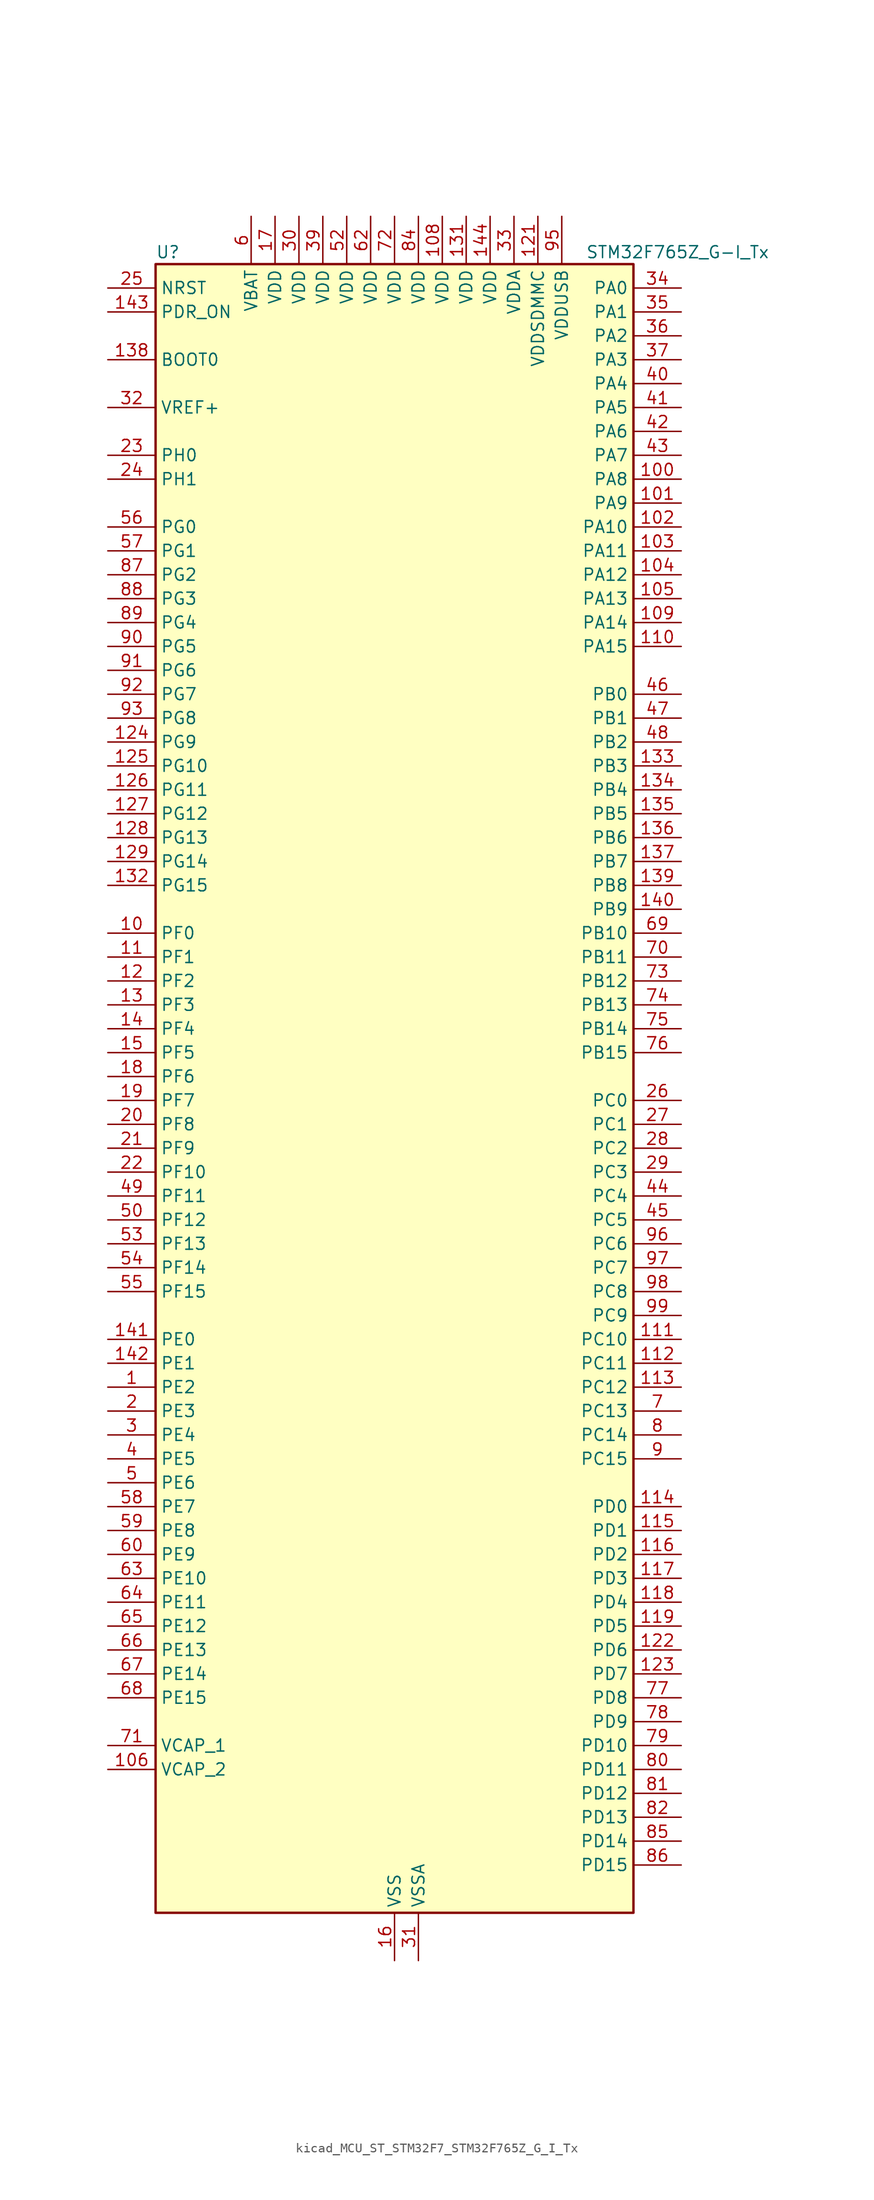
<source format=kicad_sym>
(kicad_symbol_lib
  (version 20220914)
  (generator kicad_symbol_editor)
  (symbol "kicad_MCU_ST_STM32F7_STM32F765Z_G_I_Tx"
    (property "Reference" "U"
      (at -25.4 90.17 0)
      (effects (font (size 1.27 1.27)) (justify left)))
    (property "Value" "STM32F765Z_G-I_Tx"
      (at 20.32 90.17 0)
      (effects (font (size 1.27 1.27)) (justify left)))
    (property "ki_locked" ""
      (at 0 0 0)
      (effects (font (size 1.27 1.27))))
    (symbol "kicad_MCU_ST_STM32F7_STM32F765Z_G_I_Tx_0_1"
      (rectangle (start -25.4 -86.36) (end 25.4 88.9) (stroke (width 0.254) (type default)) (fill (type background))))
    (symbol "kicad_MCU_ST_STM32F7_STM32F765Z_G_I_Tx_1_1"
      (pin bidirectional line (at -30.48 -30.48 0) (length 5.08) (name "PE2" (effects (font (size 1.27 1.27)))) (number "1" (effects (font (size 1.27 1.27)))) (alternate "ETH_TXD3" bidirectional line) (alternate "FMC_A23" bidirectional line) (alternate "QUADSPI_BK1_IO2" bidirectional line) (alternate "SAI1_MCLK_A" bidirectional line) (alternate "SPI4_SCK" bidirectional line) (alternate "SYS_TRACECLK" bidirectional line))
      (pin bidirectional line (at -30.48 17.78 0) (length 5.08) (name "PF0" (effects (font (size 1.27 1.27)))) (number "10" (effects (font (size 1.27 1.27)))) (alternate "FMC_A0" bidirectional line) (alternate "I2C2_SDA" bidirectional line))
      (pin bidirectional line (at 30.48 66.04 180) (length 5.08) (name "PA8" (effects (font (size 1.27 1.27)))) (number "100" (effects (font (size 1.27 1.27)))) (alternate "CAN3_RX" bidirectional line) (alternate "I2C3_SCL" bidirectional line) (alternate "RCC_MCO_1" bidirectional line) (alternate "TIM1_CH1" bidirectional line) (alternate "TIM8_BKIN2" bidirectional line) (alternate "UART7_RX" bidirectional line) (alternate "USART1_CK" bidirectional line) (alternate "USB_OTG_FS_SOF" bidirectional line))
      (pin bidirectional line (at 30.48 63.5 180) (length 5.08) (name "PA9" (effects (font (size 1.27 1.27)))) (number "101" (effects (font (size 1.27 1.27)))) (alternate "DAC_EXTI9" bidirectional line) (alternate "DCMI_D0" bidirectional line) (alternate "I2C3_SMBA" bidirectional line) (alternate "I2S2_CK" bidirectional line) (alternate "SPI2_SCK" bidirectional line) (alternate "TIM1_CH2" bidirectional line) (alternate "USART1_TX" bidirectional line) (alternate "USB_OTG_FS_VBUS" bidirectional line))
      (pin bidirectional line (at 30.48 60.96 180) (length 5.08) (name "PA10" (effects (font (size 1.27 1.27)))) (number "102" (effects (font (size 1.27 1.27)))) (alternate "DCMI_D1" bidirectional line) (alternate "MDIOS_MDIO" bidirectional line) (alternate "TIM1_CH3" bidirectional line) (alternate "USART1_RX" bidirectional line) (alternate "USB_OTG_FS_ID" bidirectional line))
      (pin bidirectional line (at 30.48 58.42 180) (length 5.08) (name "PA11" (effects (font (size 1.27 1.27)))) (number "103" (effects (font (size 1.27 1.27)))) (alternate "ADC1_EXTI11" bidirectional line) (alternate "ADC2_EXTI11" bidirectional line) (alternate "ADC3_EXTI11" bidirectional line) (alternate "CAN1_RX" bidirectional line) (alternate "I2S2_WS" bidirectional line) (alternate "SPI2_NSS" bidirectional line) (alternate "TIM1_CH4" bidirectional line) (alternate "UART4_RX" bidirectional line) (alternate "USART1_CTS" bidirectional line) (alternate "USB_OTG_FS_DM" bidirectional line))
      (pin bidirectional line (at 30.48 55.88 180) (length 5.08) (name "PA12" (effects (font (size 1.27 1.27)))) (number "104" (effects (font (size 1.27 1.27)))) (alternate "CAN1_TX" bidirectional line) (alternate "I2S2_CK" bidirectional line) (alternate "SAI2_FS_B" bidirectional line) (alternate "SPI2_SCK" bidirectional line) (alternate "TIM1_ETR" bidirectional line) (alternate "UART4_TX" bidirectional line) (alternate "USART1_DE" bidirectional line) (alternate "USART1_RTS" bidirectional line) (alternate "USB_OTG_FS_DP" bidirectional line))
      (pin bidirectional line (at 30.48 53.34 180) (length 5.08) (name "PA13" (effects (font (size 1.27 1.27)))) (number "105" (effects (font (size 1.27 1.27)))) (alternate "SYS_JTMS-SWDIO" bidirectional line))
      (pin power_out line (at -30.48 -71.12 0) (length 5.08) (name "VCAP_2" (effects (font (size 1.27 1.27)))) (number "106" (effects (font (size 1.27 1.27)))))
      (pin passive line (at 0 -91.44 90) (length 5.08) hide (name "VSS" (effects (font (size 1.27 1.27)))) (number "107" (effects (font (size 1.27 1.27)))))
      (pin power_in line (at 5.08 93.98 270) (length 5.08) (name "VDD" (effects (font (size 1.27 1.27)))) (number "108" (effects (font (size 1.27 1.27)))))
      (pin bidirectional line (at 30.48 50.8 180) (length 5.08) (name "PA14" (effects (font (size 1.27 1.27)))) (number "109" (effects (font (size 1.27 1.27)))) (alternate "SYS_JTCK-SWCLK" bidirectional line))
      (pin bidirectional line (at -30.48 15.24 0) (length 5.08) (name "PF1" (effects (font (size 1.27 1.27)))) (number "11" (effects (font (size 1.27 1.27)))) (alternate "FMC_A1" bidirectional line) (alternate "I2C2_SCL" bidirectional line))
      (pin bidirectional line (at 30.48 48.26 180) (length 5.08) (name "PA15" (effects (font (size 1.27 1.27)))) (number "110" (effects (font (size 1.27 1.27)))) (alternate "CAN3_TX" bidirectional line) (alternate "CEC" bidirectional line) (alternate "I2S1_WS" bidirectional line) (alternate "I2S3_WS" bidirectional line) (alternate "SPI1_NSS" bidirectional line) (alternate "SPI3_NSS" bidirectional line) (alternate "SPI6_NSS" bidirectional line) (alternate "SYS_JTDI" bidirectional line) (alternate "TIM2_CH1" bidirectional line) (alternate "TIM2_ETR" bidirectional line) (alternate "UART4_DE" bidirectional line) (alternate "UART4_RTS" bidirectional line) (alternate "UART7_TX" bidirectional line))
      (pin bidirectional line (at 30.48 -25.4 180) (length 5.08) (name "PC10" (effects (font (size 1.27 1.27)))) (number "111" (effects (font (size 1.27 1.27)))) (alternate "DCMI_D8" bidirectional line) (alternate "DFSDM1_CKIN5" bidirectional line) (alternate "I2S3_CK" bidirectional line) (alternate "QUADSPI_BK1_IO1" bidirectional line) (alternate "SDMMC1_D2" bidirectional line) (alternate "SPI3_SCK" bidirectional line) (alternate "UART4_TX" bidirectional line) (alternate "USART3_TX" bidirectional line))
      (pin bidirectional line (at 30.48 -27.94 180) (length 5.08) (name "PC11" (effects (font (size 1.27 1.27)))) (number "112" (effects (font (size 1.27 1.27)))) (alternate "ADC1_EXTI11" bidirectional line) (alternate "ADC2_EXTI11" bidirectional line) (alternate "ADC3_EXTI11" bidirectional line) (alternate "DCMI_D4" bidirectional line) (alternate "DFSDM1_DATIN5" bidirectional line) (alternate "QUADSPI_BK2_NCS" bidirectional line) (alternate "SDMMC1_D3" bidirectional line) (alternate "SPI3_MISO" bidirectional line) (alternate "UART4_RX" bidirectional line) (alternate "USART3_RX" bidirectional line))
      (pin bidirectional line (at 30.48 -30.48 180) (length 5.08) (name "PC12" (effects (font (size 1.27 1.27)))) (number "113" (effects (font (size 1.27 1.27)))) (alternate "DCMI_D9" bidirectional line) (alternate "I2S3_SD" bidirectional line) (alternate "SDMMC1_CK" bidirectional line) (alternate "SPI3_MOSI" bidirectional line) (alternate "SYS_TRACED3" bidirectional line) (alternate "UART5_TX" bidirectional line) (alternate "USART3_CK" bidirectional line))
      (pin bidirectional line (at 30.48 -43.18 180) (length 5.08) (name "PD0" (effects (font (size 1.27 1.27)))) (number "114" (effects (font (size 1.27 1.27)))) (alternate "CAN1_RX" bidirectional line) (alternate "DFSDM1_CKIN6" bidirectional line) (alternate "DFSDM1_DATIN7" bidirectional line) (alternate "FMC_D2" bidirectional line) (alternate "FMC_DA2" bidirectional line) (alternate "UART4_RX" bidirectional line))
      (pin bidirectional line (at 30.48 -45.72 180) (length 5.08) (name "PD1" (effects (font (size 1.27 1.27)))) (number "115" (effects (font (size 1.27 1.27)))) (alternate "CAN1_TX" bidirectional line) (alternate "DFSDM1_CKIN7" bidirectional line) (alternate "DFSDM1_DATIN6" bidirectional line) (alternate "FMC_D3" bidirectional line) (alternate "FMC_DA3" bidirectional line) (alternate "UART4_TX" bidirectional line))
      (pin bidirectional line (at 30.48 -48.26 180) (length 5.08) (name "PD2" (effects (font (size 1.27 1.27)))) (number "116" (effects (font (size 1.27 1.27)))) (alternate "DCMI_D11" bidirectional line) (alternate "SDMMC1_CMD" bidirectional line) (alternate "SYS_TRACED2" bidirectional line) (alternate "TIM3_ETR" bidirectional line) (alternate "UART5_RX" bidirectional line))
      (pin bidirectional line (at 30.48 -50.8 180) (length 5.08) (name "PD3" (effects (font (size 1.27 1.27)))) (number "117" (effects (font (size 1.27 1.27)))) (alternate "DCMI_D5" bidirectional line) (alternate "DFSDM1_CKOUT" bidirectional line) (alternate "DFSDM1_DATIN0" bidirectional line) (alternate "FMC_CLK" bidirectional line) (alternate "I2S2_CK" bidirectional line) (alternate "SPI2_SCK" bidirectional line) (alternate "USART2_CTS" bidirectional line))
      (pin bidirectional line (at 30.48 -53.34 180) (length 5.08) (name "PD4" (effects (font (size 1.27 1.27)))) (number "118" (effects (font (size 1.27 1.27)))) (alternate "DFSDM1_CKIN0" bidirectional line) (alternate "FMC_NOE" bidirectional line) (alternate "USART2_DE" bidirectional line) (alternate "USART2_RTS" bidirectional line))
      (pin bidirectional line (at 30.48 -55.88 180) (length 5.08) (name "PD5" (effects (font (size 1.27 1.27)))) (number "119" (effects (font (size 1.27 1.27)))) (alternate "FMC_NWE" bidirectional line) (alternate "USART2_TX" bidirectional line))
      (pin bidirectional line (at -30.48 12.7 0) (length 5.08) (name "PF2" (effects (font (size 1.27 1.27)))) (number "12" (effects (font (size 1.27 1.27)))) (alternate "FMC_A2" bidirectional line) (alternate "I2C2_SMBA" bidirectional line))
      (pin passive line (at 0 -91.44 90) (length 5.08) hide (name "VSS" (effects (font (size 1.27 1.27)))) (number "120" (effects (font (size 1.27 1.27)))))
      (pin power_in line (at 15.24 93.98 270) (length 5.08) (name "VDDSDMMC" (effects (font (size 1.27 1.27)))) (number "121" (effects (font (size 1.27 1.27)))))
      (pin bidirectional line (at 30.48 -58.42 180) (length 5.08) (name "PD6" (effects (font (size 1.27 1.27)))) (number "122" (effects (font (size 1.27 1.27)))) (alternate "DCMI_D10" bidirectional line) (alternate "DFSDM1_CKIN4" bidirectional line) (alternate "DFSDM1_DATIN1" bidirectional line) (alternate "FMC_NWAIT" bidirectional line) (alternate "I2S3_SD" bidirectional line) (alternate "SAI1_SD_A" bidirectional line) (alternate "SDMMC2_CK" bidirectional line) (alternate "SPI3_MOSI" bidirectional line) (alternate "USART2_RX" bidirectional line))
      (pin bidirectional line (at 30.48 -60.96 180) (length 5.08) (name "PD7" (effects (font (size 1.27 1.27)))) (number "123" (effects (font (size 1.27 1.27)))) (alternate "DFSDM1_CKIN1" bidirectional line) (alternate "DFSDM1_DATIN4" bidirectional line) (alternate "FMC_NE1" bidirectional line) (alternate "I2S1_SD" bidirectional line) (alternate "SDMMC2_CMD" bidirectional line) (alternate "SPDIFRX_IN0" bidirectional line) (alternate "SPI1_MOSI" bidirectional line) (alternate "USART2_CK" bidirectional line))
      (pin bidirectional line (at -30.48 38.1 0) (length 5.08) (name "PG9" (effects (font (size 1.27 1.27)))) (number "124" (effects (font (size 1.27 1.27)))) (alternate "DAC_EXTI9" bidirectional line) (alternate "DCMI_VSYNC" bidirectional line) (alternate "FMC_NCE" bidirectional line) (alternate "FMC_NE2" bidirectional line) (alternate "QUADSPI_BK2_IO2" bidirectional line) (alternate "SAI2_FS_B" bidirectional line) (alternate "SDMMC2_D0" bidirectional line) (alternate "SPDIFRX_IN3" bidirectional line) (alternate "SPI1_MISO" bidirectional line) (alternate "USART6_RX" bidirectional line))
      (pin bidirectional line (at -30.48 35.56 0) (length 5.08) (name "PG10" (effects (font (size 1.27 1.27)))) (number "125" (effects (font (size 1.27 1.27)))) (alternate "DCMI_D2" bidirectional line) (alternate "FMC_NE3" bidirectional line) (alternate "I2S1_WS" bidirectional line) (alternate "SAI2_SD_B" bidirectional line) (alternate "SDMMC2_D1" bidirectional line) (alternate "SPI1_NSS" bidirectional line))
      (pin bidirectional line (at -30.48 33.02 0) (length 5.08) (name "PG11" (effects (font (size 1.27 1.27)))) (number "126" (effects (font (size 1.27 1.27)))) (alternate "ADC1_EXTI11" bidirectional line) (alternate "ADC2_EXTI11" bidirectional line) (alternate "ADC3_EXTI11" bidirectional line) (alternate "DCMI_D3" bidirectional line) (alternate "ETH_TX_EN" bidirectional line) (alternate "I2S1_CK" bidirectional line) (alternate "SDMMC2_D2" bidirectional line) (alternate "SPDIFRX_IN0" bidirectional line) (alternate "SPI1_SCK" bidirectional line))
      (pin bidirectional line (at -30.48 30.48 0) (length 5.08) (name "PG12" (effects (font (size 1.27 1.27)))) (number "127" (effects (font (size 1.27 1.27)))) (alternate "FMC_NE4" bidirectional line) (alternate "LPTIM1_IN1" bidirectional line) (alternate "SDMMC2_D3" bidirectional line) (alternate "SPDIFRX_IN1" bidirectional line) (alternate "SPI6_MISO" bidirectional line) (alternate "USART6_DE" bidirectional line) (alternate "USART6_RTS" bidirectional line))
      (pin bidirectional line (at -30.48 27.94 0) (length 5.08) (name "PG13" (effects (font (size 1.27 1.27)))) (number "128" (effects (font (size 1.27 1.27)))) (alternate "ETH_TXD0" bidirectional line) (alternate "FMC_A24" bidirectional line) (alternate "LPTIM1_OUT" bidirectional line) (alternate "SPI6_SCK" bidirectional line) (alternate "SYS_TRACED0" bidirectional line) (alternate "USART6_CTS" bidirectional line))
      (pin bidirectional line (at -30.48 25.4 0) (length 5.08) (name "PG14" (effects (font (size 1.27 1.27)))) (number "129" (effects (font (size 1.27 1.27)))) (alternate "ETH_TXD1" bidirectional line) (alternate "FMC_A25" bidirectional line) (alternate "LPTIM1_ETR" bidirectional line) (alternate "QUADSPI_BK2_IO3" bidirectional line) (alternate "SPI6_MOSI" bidirectional line) (alternate "SYS_TRACED1" bidirectional line) (alternate "USART6_TX" bidirectional line))
      (pin bidirectional line (at -30.48 10.16 0) (length 5.08) (name "PF3" (effects (font (size 1.27 1.27)))) (number "13" (effects (font (size 1.27 1.27)))) (alternate "ADC3_IN9" bidirectional line) (alternate "FMC_A3" bidirectional line))
      (pin passive line (at 0 -91.44 90) (length 5.08) hide (name "VSS" (effects (font (size 1.27 1.27)))) (number "130" (effects (font (size 1.27 1.27)))))
      (pin power_in line (at 7.62 93.98 270) (length 5.08) (name "VDD" (effects (font (size 1.27 1.27)))) (number "131" (effects (font (size 1.27 1.27)))))
      (pin bidirectional line (at -30.48 22.86 0) (length 5.08) (name "PG15" (effects (font (size 1.27 1.27)))) (number "132" (effects (font (size 1.27 1.27)))) (alternate "DCMI_D13" bidirectional line) (alternate "FMC_SDNCAS" bidirectional line) (alternate "USART6_CTS" bidirectional line))
      (pin bidirectional line (at 30.48 35.56 180) (length 5.08) (name "PB3" (effects (font (size 1.27 1.27)))) (number "133" (effects (font (size 1.27 1.27)))) (alternate "CAN3_RX" bidirectional line) (alternate "I2S1_CK" bidirectional line) (alternate "I2S3_CK" bidirectional line) (alternate "SDMMC2_D2" bidirectional line) (alternate "SPI1_SCK" bidirectional line) (alternate "SPI3_SCK" bidirectional line) (alternate "SPI6_SCK" bidirectional line) (alternate "SYS_JTDO-SWO" bidirectional line) (alternate "TIM2_CH2" bidirectional line) (alternate "UART7_RX" bidirectional line))
      (pin bidirectional line (at 30.48 33.02 180) (length 5.08) (name "PB4" (effects (font (size 1.27 1.27)))) (number "134" (effects (font (size 1.27 1.27)))) (alternate "CAN3_TX" bidirectional line) (alternate "I2S2_WS" bidirectional line) (alternate "SDMMC2_D3" bidirectional line) (alternate "SPI1_MISO" bidirectional line) (alternate "SPI2_NSS" bidirectional line) (alternate "SPI3_MISO" bidirectional line) (alternate "SPI6_MISO" bidirectional line) (alternate "SYS_JTRST" bidirectional line) (alternate "TIM3_CH1" bidirectional line) (alternate "UART7_TX" bidirectional line))
      (pin bidirectional line (at 30.48 30.48 180) (length 5.08) (name "PB5" (effects (font (size 1.27 1.27)))) (number "135" (effects (font (size 1.27 1.27)))) (alternate "CAN2_RX" bidirectional line) (alternate "DCMI_D10" bidirectional line) (alternate "ETH_PPS_OUT" bidirectional line) (alternate "FMC_SDCKE1" bidirectional line) (alternate "I2C1_SMBA" bidirectional line) (alternate "I2S1_SD" bidirectional line) (alternate "I2S3_SD" bidirectional line) (alternate "SPI1_MOSI" bidirectional line) (alternate "SPI3_MOSI" bidirectional line) (alternate "SPI6_MOSI" bidirectional line) (alternate "TIM3_CH2" bidirectional line) (alternate "UART5_RX" bidirectional line) (alternate "USB_OTG_HS_ULPI_D7" bidirectional line))
      (pin bidirectional line (at 30.48 27.94 180) (length 5.08) (name "PB6" (effects (font (size 1.27 1.27)))) (number "136" (effects (font (size 1.27 1.27)))) (alternate "CAN2_TX" bidirectional line) (alternate "CEC" bidirectional line) (alternate "DCMI_D5" bidirectional line) (alternate "DFSDM1_DATIN5" bidirectional line) (alternate "FMC_SDNE1" bidirectional line) (alternate "I2C1_SCL" bidirectional line) (alternate "I2C4_SCL" bidirectional line) (alternate "QUADSPI_BK1_NCS" bidirectional line) (alternate "TIM4_CH1" bidirectional line) (alternate "UART5_TX" bidirectional line) (alternate "USART1_TX" bidirectional line))
      (pin bidirectional line (at 30.48 25.4 180) (length 5.08) (name "PB7" (effects (font (size 1.27 1.27)))) (number "137" (effects (font (size 1.27 1.27)))) (alternate "DCMI_VSYNC" bidirectional line) (alternate "DFSDM1_CKIN5" bidirectional line) (alternate "FMC_NL" bidirectional line) (alternate "I2C1_SDA" bidirectional line) (alternate "I2C4_SDA" bidirectional line) (alternate "TIM4_CH2" bidirectional line) (alternate "USART1_RX" bidirectional line))
      (pin input line (at -30.48 78.74 0) (length 5.08) (name "BOOT0" (effects (font (size 1.27 1.27)))) (number "138" (effects (font (size 1.27 1.27)))))
      (pin bidirectional line (at 30.48 22.86 180) (length 5.08) (name "PB8" (effects (font (size 1.27 1.27)))) (number "139" (effects (font (size 1.27 1.27)))) (alternate "CAN1_RX" bidirectional line) (alternate "DCMI_D6" bidirectional line) (alternate "DFSDM1_CKIN7" bidirectional line) (alternate "ETH_TXD3" bidirectional line) (alternate "I2C1_SCL" bidirectional line) (alternate "I2C4_SCL" bidirectional line) (alternate "SDMMC1_D4" bidirectional line) (alternate "SDMMC2_D4" bidirectional line) (alternate "TIM10_CH1" bidirectional line) (alternate "TIM4_CH3" bidirectional line) (alternate "UART5_RX" bidirectional line))
      (pin bidirectional line (at -30.48 7.62 0) (length 5.08) (name "PF4" (effects (font (size 1.27 1.27)))) (number "14" (effects (font (size 1.27 1.27)))) (alternate "ADC3_IN14" bidirectional line) (alternate "FMC_A4" bidirectional line))
      (pin bidirectional line (at 30.48 20.32 180) (length 5.08) (name "PB9" (effects (font (size 1.27 1.27)))) (number "140" (effects (font (size 1.27 1.27)))) (alternate "CAN1_TX" bidirectional line) (alternate "DAC_EXTI9" bidirectional line) (alternate "DCMI_D7" bidirectional line) (alternate "DFSDM1_DATIN7" bidirectional line) (alternate "I2C1_SDA" bidirectional line) (alternate "I2C4_SDA" bidirectional line) (alternate "I2C4_SMBA" bidirectional line) (alternate "I2S2_WS" bidirectional line) (alternate "SDMMC1_D5" bidirectional line) (alternate "SDMMC2_D5" bidirectional line) (alternate "SPI2_NSS" bidirectional line) (alternate "TIM11_CH1" bidirectional line) (alternate "TIM4_CH4" bidirectional line) (alternate "UART5_TX" bidirectional line))
      (pin bidirectional line (at -30.48 -25.4 0) (length 5.08) (name "PE0" (effects (font (size 1.27 1.27)))) (number "141" (effects (font (size 1.27 1.27)))) (alternate "DCMI_D2" bidirectional line) (alternate "FMC_NBL0" bidirectional line) (alternate "LPTIM1_ETR" bidirectional line) (alternate "SAI2_MCLK_A" bidirectional line) (alternate "TIM4_ETR" bidirectional line) (alternate "UART8_RX" bidirectional line))
      (pin bidirectional line (at -30.48 -27.94 0) (length 5.08) (name "PE1" (effects (font (size 1.27 1.27)))) (number "142" (effects (font (size 1.27 1.27)))) (alternate "DCMI_D3" bidirectional line) (alternate "FMC_NBL1" bidirectional line) (alternate "LPTIM1_IN2" bidirectional line) (alternate "UART8_TX" bidirectional line))
      (pin input line (at -30.48 83.82 0) (length 5.08) (name "PDR_ON" (effects (font (size 1.27 1.27)))) (number "143" (effects (font (size 1.27 1.27)))))
      (pin power_in line (at 10.16 93.98 270) (length 5.08) (name "VDD" (effects (font (size 1.27 1.27)))) (number "144" (effects (font (size 1.27 1.27)))))
      (pin bidirectional line (at -30.48 5.08 0) (length 5.08) (name "PF5" (effects (font (size 1.27 1.27)))) (number "15" (effects (font (size 1.27 1.27)))) (alternate "ADC3_IN15" bidirectional line) (alternate "FMC_A5" bidirectional line))
      (pin power_in line (at 0 -91.44 90) (length 5.08) (name "VSS" (effects (font (size 1.27 1.27)))) (number "16" (effects (font (size 1.27 1.27)))))
      (pin power_in line (at -12.7 93.98 270) (length 5.08) (name "VDD" (effects (font (size 1.27 1.27)))) (number "17" (effects (font (size 1.27 1.27)))))
      (pin bidirectional line (at -30.48 2.54 0) (length 5.08) (name "PF6" (effects (font (size 1.27 1.27)))) (number "18" (effects (font (size 1.27 1.27)))) (alternate "ADC3_IN4" bidirectional line) (alternate "QUADSPI_BK1_IO3" bidirectional line) (alternate "SAI1_SD_B" bidirectional line) (alternate "SPI5_NSS" bidirectional line) (alternate "TIM10_CH1" bidirectional line) (alternate "UART7_RX" bidirectional line))
      (pin bidirectional line (at -30.48 0 0) (length 5.08) (name "PF7" (effects (font (size 1.27 1.27)))) (number "19" (effects (font (size 1.27 1.27)))) (alternate "ADC3_IN5" bidirectional line) (alternate "QUADSPI_BK1_IO2" bidirectional line) (alternate "SAI1_MCLK_B" bidirectional line) (alternate "SPI5_SCK" bidirectional line) (alternate "TIM11_CH1" bidirectional line) (alternate "UART7_TX" bidirectional line))
      (pin bidirectional line (at -30.48 -33.02 0) (length 5.08) (name "PE3" (effects (font (size 1.27 1.27)))) (number "2" (effects (font (size 1.27 1.27)))) (alternate "FMC_A19" bidirectional line) (alternate "SAI1_SD_B" bidirectional line) (alternate "SYS_TRACED0" bidirectional line))
      (pin bidirectional line (at -30.48 -2.54 0) (length 5.08) (name "PF8" (effects (font (size 1.27 1.27)))) (number "20" (effects (font (size 1.27 1.27)))) (alternate "ADC3_IN6" bidirectional line) (alternate "QUADSPI_BK1_IO0" bidirectional line) (alternate "SAI1_SCK_B" bidirectional line) (alternate "SPI5_MISO" bidirectional line) (alternate "TIM13_CH1" bidirectional line) (alternate "UART7_DE" bidirectional line) (alternate "UART7_RTS" bidirectional line))
      (pin bidirectional line (at -30.48 -5.08 0) (length 5.08) (name "PF9" (effects (font (size 1.27 1.27)))) (number "21" (effects (font (size 1.27 1.27)))) (alternate "ADC3_IN7" bidirectional line) (alternate "DAC_EXTI9" bidirectional line) (alternate "QUADSPI_BK1_IO1" bidirectional line) (alternate "SAI1_FS_B" bidirectional line) (alternate "SPI5_MOSI" bidirectional line) (alternate "TIM14_CH1" bidirectional line) (alternate "UART7_CTS" bidirectional line))
      (pin bidirectional line (at -30.48 -7.62 0) (length 5.08) (name "PF10" (effects (font (size 1.27 1.27)))) (number "22" (effects (font (size 1.27 1.27)))) (alternate "ADC3_IN8" bidirectional line) (alternate "DCMI_D11" bidirectional line) (alternate "QUADSPI_CLK" bidirectional line))
      (pin bidirectional line (at -30.48 68.58 0) (length 5.08) (name "PH0" (effects (font (size 1.27 1.27)))) (number "23" (effects (font (size 1.27 1.27)))) (alternate "RCC_OSC_IN" bidirectional line))
      (pin bidirectional line (at -30.48 66.04 0) (length 5.08) (name "PH1" (effects (font (size 1.27 1.27)))) (number "24" (effects (font (size 1.27 1.27)))) (alternate "RCC_OSC_OUT" bidirectional line))
      (pin input line (at -30.48 86.36 0) (length 5.08) (name "NRST" (effects (font (size 1.27 1.27)))) (number "25" (effects (font (size 1.27 1.27)))))
      (pin bidirectional line (at 30.48 0 180) (length 5.08) (name "PC0" (effects (font (size 1.27 1.27)))) (number "26" (effects (font (size 1.27 1.27)))) (alternate "ADC1_IN10" bidirectional line) (alternate "ADC2_IN10" bidirectional line) (alternate "ADC3_IN10" bidirectional line) (alternate "DFSDM1_CKIN0" bidirectional line) (alternate "DFSDM1_DATIN4" bidirectional line) (alternate "FMC_SDNWE" bidirectional line) (alternate "SAI2_FS_B" bidirectional line) (alternate "USB_OTG_HS_ULPI_STP" bidirectional line))
      (pin bidirectional line (at 30.48 -2.54 180) (length 5.08) (name "PC1" (effects (font (size 1.27 1.27)))) (number "27" (effects (font (size 1.27 1.27)))) (alternate "ADC1_IN11" bidirectional line) (alternate "ADC2_IN11" bidirectional line) (alternate "ADC3_IN11" bidirectional line) (alternate "DFSDM1_CKIN4" bidirectional line) (alternate "DFSDM1_DATIN0" bidirectional line) (alternate "ETH_MDC" bidirectional line) (alternate "I2S2_SD" bidirectional line) (alternate "MDIOS_MDC" bidirectional line) (alternate "RTC_TAMP3" bidirectional line) (alternate "RTC_TS" bidirectional line) (alternate "SAI1_SD_A" bidirectional line) (alternate "SPI2_MOSI" bidirectional line) (alternate "SYS_TRACED0" bidirectional line) (alternate "SYS_WKUP3" bidirectional line))
      (pin bidirectional line (at 30.48 -5.08 180) (length 5.08) (name "PC2" (effects (font (size 1.27 1.27)))) (number "28" (effects (font (size 1.27 1.27)))) (alternate "ADC1_IN12" bidirectional line) (alternate "ADC2_IN12" bidirectional line) (alternate "ADC3_IN12" bidirectional line) (alternate "DFSDM1_CKIN1" bidirectional line) (alternate "DFSDM1_CKOUT" bidirectional line) (alternate "ETH_TXD2" bidirectional line) (alternate "FMC_SDNE0" bidirectional line) (alternate "SPI2_MISO" bidirectional line) (alternate "USB_OTG_HS_ULPI_DIR" bidirectional line))
      (pin bidirectional line (at 30.48 -7.62 180) (length 5.08) (name "PC3" (effects (font (size 1.27 1.27)))) (number "29" (effects (font (size 1.27 1.27)))) (alternate "ADC1_IN13" bidirectional line) (alternate "ADC2_IN13" bidirectional line) (alternate "ADC3_IN13" bidirectional line) (alternate "DFSDM1_DATIN1" bidirectional line) (alternate "ETH_TX_CLK" bidirectional line) (alternate "FMC_SDCKE0" bidirectional line) (alternate "I2S2_SD" bidirectional line) (alternate "SPI2_MOSI" bidirectional line) (alternate "USB_OTG_HS_ULPI_NXT" bidirectional line))
      (pin bidirectional line (at -30.48 -35.56 0) (length 5.08) (name "PE4" (effects (font (size 1.27 1.27)))) (number "3" (effects (font (size 1.27 1.27)))) (alternate "DCMI_D4" bidirectional line) (alternate "DFSDM1_DATIN3" bidirectional line) (alternate "FMC_A20" bidirectional line) (alternate "SAI1_FS_A" bidirectional line) (alternate "SPI4_NSS" bidirectional line) (alternate "SYS_TRACED1" bidirectional line))
      (pin power_in line (at -10.16 93.98 270) (length 5.08) (name "VDD" (effects (font (size 1.27 1.27)))) (number "30" (effects (font (size 1.27 1.27)))))
      (pin power_in line (at 2.54 -91.44 90) (length 5.08) (name "VSSA" (effects (font (size 1.27 1.27)))) (number "31" (effects (font (size 1.27 1.27)))))
      (pin input line (at -30.48 73.66 0) (length 5.08) (name "VREF+" (effects (font (size 1.27 1.27)))) (number "32" (effects (font (size 1.27 1.27)))))
      (pin power_in line (at 12.7 93.98 270) (length 5.08) (name "VDDA" (effects (font (size 1.27 1.27)))) (number "33" (effects (font (size 1.27 1.27)))))
      (pin bidirectional line (at 30.48 86.36 180) (length 5.08) (name "PA0" (effects (font (size 1.27 1.27)))) (number "34" (effects (font (size 1.27 1.27)))) (alternate "ADC1_IN0" bidirectional line) (alternate "ADC2_IN0" bidirectional line) (alternate "ADC3_IN0" bidirectional line) (alternate "ETH_CRS" bidirectional line) (alternate "SAI2_SD_B" bidirectional line) (alternate "SYS_WKUP1" bidirectional line) (alternate "TIM2_CH1" bidirectional line) (alternate "TIM2_ETR" bidirectional line) (alternate "TIM5_CH1" bidirectional line) (alternate "TIM8_ETR" bidirectional line) (alternate "UART4_TX" bidirectional line) (alternate "USART2_CTS" bidirectional line))
      (pin bidirectional line (at 30.48 83.82 180) (length 5.08) (name "PA1" (effects (font (size 1.27 1.27)))) (number "35" (effects (font (size 1.27 1.27)))) (alternate "ADC1_IN1" bidirectional line) (alternate "ADC2_IN1" bidirectional line) (alternate "ADC3_IN1" bidirectional line) (alternate "ETH_REF_CLK" bidirectional line) (alternate "ETH_RX_CLK" bidirectional line) (alternate "QUADSPI_BK1_IO3" bidirectional line) (alternate "SAI2_MCLK_B" bidirectional line) (alternate "TIM2_CH2" bidirectional line) (alternate "TIM5_CH2" bidirectional line) (alternate "UART4_RX" bidirectional line) (alternate "USART2_DE" bidirectional line) (alternate "USART2_RTS" bidirectional line))
      (pin bidirectional line (at 30.48 81.28 180) (length 5.08) (name "PA2" (effects (font (size 1.27 1.27)))) (number "36" (effects (font (size 1.27 1.27)))) (alternate "ADC1_IN2" bidirectional line) (alternate "ADC2_IN2" bidirectional line) (alternate "ADC3_IN2" bidirectional line) (alternate "ETH_MDIO" bidirectional line) (alternate "MDIOS_MDIO" bidirectional line) (alternate "SAI2_SCK_B" bidirectional line) (alternate "SYS_WKUP2" bidirectional line) (alternate "TIM2_CH3" bidirectional line) (alternate "TIM5_CH3" bidirectional line) (alternate "TIM9_CH1" bidirectional line) (alternate "USART2_TX" bidirectional line))
      (pin bidirectional line (at 30.48 78.74 180) (length 5.08) (name "PA3" (effects (font (size 1.27 1.27)))) (number "37" (effects (font (size 1.27 1.27)))) (alternate "ADC1_IN3" bidirectional line) (alternate "ADC2_IN3" bidirectional line) (alternate "ADC3_IN3" bidirectional line) (alternate "ETH_COL" bidirectional line) (alternate "TIM2_CH4" bidirectional line) (alternate "TIM5_CH4" bidirectional line) (alternate "TIM9_CH2" bidirectional line) (alternate "USART2_RX" bidirectional line) (alternate "USB_OTG_HS_ULPI_D0" bidirectional line))
      (pin passive line (at 0 -91.44 90) (length 5.08) hide (name "VSS" (effects (font (size 1.27 1.27)))) (number "38" (effects (font (size 1.27 1.27)))))
      (pin power_in line (at -7.62 93.98 270) (length 5.08) (name "VDD" (effects (font (size 1.27 1.27)))) (number "39" (effects (font (size 1.27 1.27)))))
      (pin bidirectional line (at -30.48 -38.1 0) (length 5.08) (name "PE5" (effects (font (size 1.27 1.27)))) (number "4" (effects (font (size 1.27 1.27)))) (alternate "DCMI_D6" bidirectional line) (alternate "DFSDM1_CKIN3" bidirectional line) (alternate "FMC_A21" bidirectional line) (alternate "SAI1_SCK_A" bidirectional line) (alternate "SPI4_MISO" bidirectional line) (alternate "SYS_TRACED2" bidirectional line) (alternate "TIM9_CH1" bidirectional line))
      (pin bidirectional line (at 30.48 76.2 180) (length 5.08) (name "PA4" (effects (font (size 1.27 1.27)))) (number "40" (effects (font (size 1.27 1.27)))) (alternate "ADC1_IN4" bidirectional line) (alternate "ADC2_IN4" bidirectional line) (alternate "DAC_OUT1" bidirectional line) (alternate "DCMI_HSYNC" bidirectional line) (alternate "I2S1_WS" bidirectional line) (alternate "I2S3_WS" bidirectional line) (alternate "SPI1_NSS" bidirectional line) (alternate "SPI3_NSS" bidirectional line) (alternate "SPI6_NSS" bidirectional line) (alternate "USART2_CK" bidirectional line) (alternate "USB_OTG_HS_SOF" bidirectional line))
      (pin bidirectional line (at 30.48 73.66 180) (length 5.08) (name "PA5" (effects (font (size 1.27 1.27)))) (number "41" (effects (font (size 1.27 1.27)))) (alternate "ADC1_IN5" bidirectional line) (alternate "ADC2_IN5" bidirectional line) (alternate "DAC_OUT2" bidirectional line) (alternate "I2S1_CK" bidirectional line) (alternate "SPI1_SCK" bidirectional line) (alternate "SPI6_SCK" bidirectional line) (alternate "TIM2_CH1" bidirectional line) (alternate "TIM2_ETR" bidirectional line) (alternate "TIM8_CH1N" bidirectional line) (alternate "USB_OTG_HS_ULPI_CK" bidirectional line))
      (pin bidirectional line (at 30.48 71.12 180) (length 5.08) (name "PA6" (effects (font (size 1.27 1.27)))) (number "42" (effects (font (size 1.27 1.27)))) (alternate "ADC1_IN6" bidirectional line) (alternate "ADC2_IN6" bidirectional line) (alternate "DCMI_PIXCLK" bidirectional line) (alternate "MDIOS_MDC" bidirectional line) (alternate "SPI1_MISO" bidirectional line) (alternate "SPI6_MISO" bidirectional line) (alternate "TIM13_CH1" bidirectional line) (alternate "TIM1_BKIN" bidirectional line) (alternate "TIM3_CH1" bidirectional line) (alternate "TIM8_BKIN" bidirectional line))
      (pin bidirectional line (at 30.48 68.58 180) (length 5.08) (name "PA7" (effects (font (size 1.27 1.27)))) (number "43" (effects (font (size 1.27 1.27)))) (alternate "ADC1_IN7" bidirectional line) (alternate "ADC2_IN7" bidirectional line) (alternate "ETH_CRS_DV" bidirectional line) (alternate "ETH_RX_DV" bidirectional line) (alternate "FMC_SDNWE" bidirectional line) (alternate "I2S1_SD" bidirectional line) (alternate "SPI1_MOSI" bidirectional line) (alternate "SPI6_MOSI" bidirectional line) (alternate "TIM14_CH1" bidirectional line) (alternate "TIM1_CH1N" bidirectional line) (alternate "TIM3_CH2" bidirectional line) (alternate "TIM8_CH1N" bidirectional line))
      (pin bidirectional line (at 30.48 -10.16 180) (length 5.08) (name "PC4" (effects (font (size 1.27 1.27)))) (number "44" (effects (font (size 1.27 1.27)))) (alternate "ADC1_IN14" bidirectional line) (alternate "ADC2_IN14" bidirectional line) (alternate "DFSDM1_CKIN2" bidirectional line) (alternate "ETH_RXD0" bidirectional line) (alternate "FMC_SDNE0" bidirectional line) (alternate "I2S1_MCK" bidirectional line) (alternate "SPDIFRX_IN2" bidirectional line))
      (pin bidirectional line (at 30.48 -12.7 180) (length 5.08) (name "PC5" (effects (font (size 1.27 1.27)))) (number "45" (effects (font (size 1.27 1.27)))) (alternate "ADC1_IN15" bidirectional line) (alternate "ADC2_IN15" bidirectional line) (alternate "DFSDM1_DATIN2" bidirectional line) (alternate "ETH_RXD1" bidirectional line) (alternate "FMC_SDCKE0" bidirectional line) (alternate "SPDIFRX_IN3" bidirectional line))
      (pin bidirectional line (at 30.48 43.18 180) (length 5.08) (name "PB0" (effects (font (size 1.27 1.27)))) (number "46" (effects (font (size 1.27 1.27)))) (alternate "ADC1_IN8" bidirectional line) (alternate "ADC2_IN8" bidirectional line) (alternate "DFSDM1_CKOUT" bidirectional line) (alternate "ETH_RXD2" bidirectional line) (alternate "TIM1_CH2N" bidirectional line) (alternate "TIM3_CH3" bidirectional line) (alternate "TIM8_CH2N" bidirectional line) (alternate "UART4_CTS" bidirectional line) (alternate "USB_OTG_HS_ULPI_D1" bidirectional line))
      (pin bidirectional line (at 30.48 40.64 180) (length 5.08) (name "PB1" (effects (font (size 1.27 1.27)))) (number "47" (effects (font (size 1.27 1.27)))) (alternate "ADC1_IN9" bidirectional line) (alternate "ADC2_IN9" bidirectional line) (alternate "DFSDM1_DATIN1" bidirectional line) (alternate "ETH_RXD3" bidirectional line) (alternate "TIM1_CH3N" bidirectional line) (alternate "TIM3_CH4" bidirectional line) (alternate "TIM8_CH3N" bidirectional line) (alternate "USB_OTG_HS_ULPI_D2" bidirectional line))
      (pin bidirectional line (at 30.48 38.1 180) (length 5.08) (name "PB2" (effects (font (size 1.27 1.27)))) (number "48" (effects (font (size 1.27 1.27)))) (alternate "DFSDM1_CKIN1" bidirectional line) (alternate "I2S3_SD" bidirectional line) (alternate "QUADSPI_CLK" bidirectional line) (alternate "SAI1_SD_A" bidirectional line) (alternate "SPI3_MOSI" bidirectional line))
      (pin bidirectional line (at -30.48 -10.16 0) (length 5.08) (name "PF11" (effects (font (size 1.27 1.27)))) (number "49" (effects (font (size 1.27 1.27)))) (alternate "ADC1_EXTI11" bidirectional line) (alternate "ADC2_EXTI11" bidirectional line) (alternate "ADC3_EXTI11" bidirectional line) (alternate "DCMI_D12" bidirectional line) (alternate "FMC_SDNRAS" bidirectional line) (alternate "SAI2_SD_B" bidirectional line) (alternate "SPI5_MOSI" bidirectional line))
      (pin bidirectional line (at -30.48 -40.64 0) (length 5.08) (name "PE6" (effects (font (size 1.27 1.27)))) (number "5" (effects (font (size 1.27 1.27)))) (alternate "DCMI_D7" bidirectional line) (alternate "FMC_A22" bidirectional line) (alternate "SAI1_SD_A" bidirectional line) (alternate "SAI2_MCLK_B" bidirectional line) (alternate "SPI4_MOSI" bidirectional line) (alternate "SYS_TRACED3" bidirectional line) (alternate "TIM1_BKIN2" bidirectional line) (alternate "TIM9_CH2" bidirectional line))
      (pin bidirectional line (at -30.48 -12.7 0) (length 5.08) (name "PF12" (effects (font (size 1.27 1.27)))) (number "50" (effects (font (size 1.27 1.27)))) (alternate "FMC_A6" bidirectional line))
      (pin passive line (at 0 -91.44 90) (length 5.08) hide (name "VSS" (effects (font (size 1.27 1.27)))) (number "51" (effects (font (size 1.27 1.27)))))
      (pin power_in line (at -5.08 93.98 270) (length 5.08) (name "VDD" (effects (font (size 1.27 1.27)))) (number "52" (effects (font (size 1.27 1.27)))))
      (pin bidirectional line (at -30.48 -15.24 0) (length 5.08) (name "PF13" (effects (font (size 1.27 1.27)))) (number "53" (effects (font (size 1.27 1.27)))) (alternate "DFSDM1_DATIN6" bidirectional line) (alternate "FMC_A7" bidirectional line) (alternate "I2C4_SMBA" bidirectional line))
      (pin bidirectional line (at -30.48 -17.78 0) (length 5.08) (name "PF14" (effects (font (size 1.27 1.27)))) (number "54" (effects (font (size 1.27 1.27)))) (alternate "DFSDM1_CKIN6" bidirectional line) (alternate "FMC_A8" bidirectional line) (alternate "I2C4_SCL" bidirectional line))
      (pin bidirectional line (at -30.48 -20.32 0) (length 5.08) (name "PF15" (effects (font (size 1.27 1.27)))) (number "55" (effects (font (size 1.27 1.27)))) (alternate "FMC_A9" bidirectional line) (alternate "I2C4_SDA" bidirectional line))
      (pin bidirectional line (at -30.48 60.96 0) (length 5.08) (name "PG0" (effects (font (size 1.27 1.27)))) (number "56" (effects (font (size 1.27 1.27)))) (alternate "FMC_A10" bidirectional line))
      (pin bidirectional line (at -30.48 58.42 0) (length 5.08) (name "PG1" (effects (font (size 1.27 1.27)))) (number "57" (effects (font (size 1.27 1.27)))) (alternate "FMC_A11" bidirectional line))
      (pin bidirectional line (at -30.48 -43.18 0) (length 5.08) (name "PE7" (effects (font (size 1.27 1.27)))) (number "58" (effects (font (size 1.27 1.27)))) (alternate "DFSDM1_DATIN2" bidirectional line) (alternate "FMC_D4" bidirectional line) (alternate "FMC_DA4" bidirectional line) (alternate "QUADSPI_BK2_IO0" bidirectional line) (alternate "TIM1_ETR" bidirectional line) (alternate "UART7_RX" bidirectional line))
      (pin bidirectional line (at -30.48 -45.72 0) (length 5.08) (name "PE8" (effects (font (size 1.27 1.27)))) (number "59" (effects (font (size 1.27 1.27)))) (alternate "DFSDM1_CKIN2" bidirectional line) (alternate "FMC_D5" bidirectional line) (alternate "FMC_DA5" bidirectional line) (alternate "QUADSPI_BK2_IO1" bidirectional line) (alternate "TIM1_CH1N" bidirectional line) (alternate "UART7_TX" bidirectional line))
      (pin power_in line (at -15.24 93.98 270) (length 5.08) (name "VBAT" (effects (font (size 1.27 1.27)))) (number "6" (effects (font (size 1.27 1.27)))))
      (pin bidirectional line (at -30.48 -48.26 0) (length 5.08) (name "PE9" (effects (font (size 1.27 1.27)))) (number "60" (effects (font (size 1.27 1.27)))) (alternate "DAC_EXTI9" bidirectional line) (alternate "DFSDM1_CKOUT" bidirectional line) (alternate "FMC_D6" bidirectional line) (alternate "FMC_DA6" bidirectional line) (alternate "QUADSPI_BK2_IO2" bidirectional line) (alternate "TIM1_CH1" bidirectional line) (alternate "UART7_DE" bidirectional line) (alternate "UART7_RTS" bidirectional line))
      (pin passive line (at 0 -91.44 90) (length 5.08) hide (name "VSS" (effects (font (size 1.27 1.27)))) (number "61" (effects (font (size 1.27 1.27)))))
      (pin power_in line (at -2.54 93.98 270) (length 5.08) (name "VDD" (effects (font (size 1.27 1.27)))) (number "62" (effects (font (size 1.27 1.27)))))
      (pin bidirectional line (at -30.48 -50.8 0) (length 5.08) (name "PE10" (effects (font (size 1.27 1.27)))) (number "63" (effects (font (size 1.27 1.27)))) (alternate "DFSDM1_DATIN4" bidirectional line) (alternate "FMC_D7" bidirectional line) (alternate "FMC_DA7" bidirectional line) (alternate "QUADSPI_BK2_IO3" bidirectional line) (alternate "TIM1_CH2N" bidirectional line) (alternate "UART7_CTS" bidirectional line))
      (pin bidirectional line (at -30.48 -53.34 0) (length 5.08) (name "PE11" (effects (font (size 1.27 1.27)))) (number "64" (effects (font (size 1.27 1.27)))) (alternate "ADC1_EXTI11" bidirectional line) (alternate "ADC2_EXTI11" bidirectional line) (alternate "ADC3_EXTI11" bidirectional line) (alternate "DFSDM1_CKIN4" bidirectional line) (alternate "FMC_D8" bidirectional line) (alternate "FMC_DA8" bidirectional line) (alternate "SAI2_SD_B" bidirectional line) (alternate "SPI4_NSS" bidirectional line) (alternate "TIM1_CH2" bidirectional line))
      (pin bidirectional line (at -30.48 -55.88 0) (length 5.08) (name "PE12" (effects (font (size 1.27 1.27)))) (number "65" (effects (font (size 1.27 1.27)))) (alternate "DFSDM1_DATIN5" bidirectional line) (alternate "FMC_D9" bidirectional line) (alternate "FMC_DA9" bidirectional line) (alternate "SAI2_SCK_B" bidirectional line) (alternate "SPI4_SCK" bidirectional line) (alternate "TIM1_CH3N" bidirectional line))
      (pin bidirectional line (at -30.48 -58.42 0) (length 5.08) (name "PE13" (effects (font (size 1.27 1.27)))) (number "66" (effects (font (size 1.27 1.27)))) (alternate "DFSDM1_CKIN5" bidirectional line) (alternate "FMC_D10" bidirectional line) (alternate "FMC_DA10" bidirectional line) (alternate "SAI2_FS_B" bidirectional line) (alternate "SPI4_MISO" bidirectional line) (alternate "TIM1_CH3" bidirectional line))
      (pin bidirectional line (at -30.48 -60.96 0) (length 5.08) (name "PE14" (effects (font (size 1.27 1.27)))) (number "67" (effects (font (size 1.27 1.27)))) (alternate "FMC_D11" bidirectional line) (alternate "FMC_DA11" bidirectional line) (alternate "SAI2_MCLK_B" bidirectional line) (alternate "SPI4_MOSI" bidirectional line) (alternate "TIM1_CH4" bidirectional line))
      (pin bidirectional line (at -30.48 -63.5 0) (length 5.08) (name "PE15" (effects (font (size 1.27 1.27)))) (number "68" (effects (font (size 1.27 1.27)))) (alternate "FMC_D12" bidirectional line) (alternate "FMC_DA12" bidirectional line) (alternate "TIM1_BKIN" bidirectional line))
      (pin bidirectional line (at 30.48 17.78 180) (length 5.08) (name "PB10" (effects (font (size 1.27 1.27)))) (number "69" (effects (font (size 1.27 1.27)))) (alternate "DFSDM1_DATIN7" bidirectional line) (alternate "ETH_RX_ER" bidirectional line) (alternate "I2C2_SCL" bidirectional line) (alternate "I2S2_CK" bidirectional line) (alternate "QUADSPI_BK1_NCS" bidirectional line) (alternate "SPI2_SCK" bidirectional line) (alternate "TIM2_CH3" bidirectional line) (alternate "USART3_TX" bidirectional line) (alternate "USB_OTG_HS_ULPI_D3" bidirectional line))
      (pin bidirectional line (at 30.48 -33.02 180) (length 5.08) (name "PC13" (effects (font (size 1.27 1.27)))) (number "7" (effects (font (size 1.27 1.27)))) (alternate "RTC_OUT" bidirectional line) (alternate "RTC_TAMP1" bidirectional line) (alternate "RTC_TS" bidirectional line) (alternate "SYS_WKUP4" bidirectional line))
      (pin bidirectional line (at 30.48 15.24 180) (length 5.08) (name "PB11" (effects (font (size 1.27 1.27)))) (number "70" (effects (font (size 1.27 1.27)))) (alternate "ADC1_EXTI11" bidirectional line) (alternate "ADC2_EXTI11" bidirectional line) (alternate "ADC3_EXTI11" bidirectional line) (alternate "DFSDM1_CKIN7" bidirectional line) (alternate "ETH_TX_EN" bidirectional line) (alternate "I2C2_SDA" bidirectional line) (alternate "TIM2_CH4" bidirectional line) (alternate "USART3_RX" bidirectional line) (alternate "USB_OTG_HS_ULPI_D4" bidirectional line))
      (pin power_out line (at -30.48 -68.58 0) (length 5.08) (name "VCAP_1" (effects (font (size 1.27 1.27)))) (number "71" (effects (font (size 1.27 1.27)))))
      (pin power_in line (at 0 93.98 270) (length 5.08) (name "VDD" (effects (font (size 1.27 1.27)))) (number "72" (effects (font (size 1.27 1.27)))))
      (pin bidirectional line (at 30.48 12.7 180) (length 5.08) (name "PB12" (effects (font (size 1.27 1.27)))) (number "73" (effects (font (size 1.27 1.27)))) (alternate "CAN2_RX" bidirectional line) (alternate "DFSDM1_DATIN1" bidirectional line) (alternate "ETH_TXD0" bidirectional line) (alternate "I2C2_SMBA" bidirectional line) (alternate "I2S2_WS" bidirectional line) (alternate "SPI2_NSS" bidirectional line) (alternate "TIM1_BKIN" bidirectional line) (alternate "UART5_RX" bidirectional line) (alternate "USART3_CK" bidirectional line) (alternate "USB_OTG_HS_ID" bidirectional line) (alternate "USB_OTG_HS_ULPI_D5" bidirectional line))
      (pin bidirectional line (at 30.48 10.16 180) (length 5.08) (name "PB13" (effects (font (size 1.27 1.27)))) (number "74" (effects (font (size 1.27 1.27)))) (alternate "CAN2_TX" bidirectional line) (alternate "DFSDM1_CKIN1" bidirectional line) (alternate "ETH_TXD1" bidirectional line) (alternate "I2S2_CK" bidirectional line) (alternate "SPI2_SCK" bidirectional line) (alternate "TIM1_CH1N" bidirectional line) (alternate "UART5_TX" bidirectional line) (alternate "USART3_CTS" bidirectional line) (alternate "USB_OTG_HS_ULPI_D6" bidirectional line) (alternate "USB_OTG_HS_VBUS" bidirectional line))
      (pin bidirectional line (at 30.48 7.62 180) (length 5.08) (name "PB14" (effects (font (size 1.27 1.27)))) (number "75" (effects (font (size 1.27 1.27)))) (alternate "DFSDM1_DATIN2" bidirectional line) (alternate "SDMMC2_D0" bidirectional line) (alternate "SPI2_MISO" bidirectional line) (alternate "TIM12_CH1" bidirectional line) (alternate "TIM1_CH2N" bidirectional line) (alternate "TIM8_CH2N" bidirectional line) (alternate "UART4_DE" bidirectional line) (alternate "UART4_RTS" bidirectional line) (alternate "USART1_TX" bidirectional line) (alternate "USART3_DE" bidirectional line) (alternate "USART3_RTS" bidirectional line) (alternate "USB_OTG_HS_DM" bidirectional line))
      (pin bidirectional line (at 30.48 5.08 180) (length 5.08) (name "PB15" (effects (font (size 1.27 1.27)))) (number "76" (effects (font (size 1.27 1.27)))) (alternate "DFSDM1_CKIN2" bidirectional line) (alternate "I2S2_SD" bidirectional line) (alternate "RTC_REFIN" bidirectional line) (alternate "SDMMC2_D1" bidirectional line) (alternate "SPI2_MOSI" bidirectional line) (alternate "TIM12_CH2" bidirectional line) (alternate "TIM1_CH3N" bidirectional line) (alternate "TIM8_CH3N" bidirectional line) (alternate "UART4_CTS" bidirectional line) (alternate "USART1_RX" bidirectional line) (alternate "USB_OTG_HS_DP" bidirectional line))
      (pin bidirectional line (at 30.48 -63.5 180) (length 5.08) (name "PD8" (effects (font (size 1.27 1.27)))) (number "77" (effects (font (size 1.27 1.27)))) (alternate "DFSDM1_CKIN3" bidirectional line) (alternate "FMC_D13" bidirectional line) (alternate "FMC_DA13" bidirectional line) (alternate "SPDIFRX_IN1" bidirectional line) (alternate "USART3_TX" bidirectional line))
      (pin bidirectional line (at 30.48 -66.04 180) (length 5.08) (name "PD9" (effects (font (size 1.27 1.27)))) (number "78" (effects (font (size 1.27 1.27)))) (alternate "DAC_EXTI9" bidirectional line) (alternate "DFSDM1_DATIN3" bidirectional line) (alternate "FMC_D14" bidirectional line) (alternate "FMC_DA14" bidirectional line) (alternate "USART3_RX" bidirectional line))
      (pin bidirectional line (at 30.48 -68.58 180) (length 5.08) (name "PD10" (effects (font (size 1.27 1.27)))) (number "79" (effects (font (size 1.27 1.27)))) (alternate "DFSDM1_CKOUT" bidirectional line) (alternate "FMC_D15" bidirectional line) (alternate "FMC_DA15" bidirectional line) (alternate "USART3_CK" bidirectional line))
      (pin bidirectional line (at 30.48 -35.56 180) (length 5.08) (name "PC14" (effects (font (size 1.27 1.27)))) (number "8" (effects (font (size 1.27 1.27)))) (alternate "RCC_OSC32_IN" bidirectional line))
      (pin bidirectional line (at 30.48 -71.12 180) (length 5.08) (name "PD11" (effects (font (size 1.27 1.27)))) (number "80" (effects (font (size 1.27 1.27)))) (alternate "ADC1_EXTI11" bidirectional line) (alternate "ADC2_EXTI11" bidirectional line) (alternate "ADC3_EXTI11" bidirectional line) (alternate "FMC_A16" bidirectional line) (alternate "FMC_CLE" bidirectional line) (alternate "I2C4_SMBA" bidirectional line) (alternate "QUADSPI_BK1_IO0" bidirectional line) (alternate "SAI2_SD_A" bidirectional line) (alternate "USART3_CTS" bidirectional line))
      (pin bidirectional line (at 30.48 -73.66 180) (length 5.08) (name "PD12" (effects (font (size 1.27 1.27)))) (number "81" (effects (font (size 1.27 1.27)))) (alternate "FMC_A17" bidirectional line) (alternate "FMC_ALE" bidirectional line) (alternate "I2C4_SCL" bidirectional line) (alternate "LPTIM1_IN1" bidirectional line) (alternate "QUADSPI_BK1_IO1" bidirectional line) (alternate "SAI2_FS_A" bidirectional line) (alternate "TIM4_CH1" bidirectional line) (alternate "USART3_DE" bidirectional line) (alternate "USART3_RTS" bidirectional line))
      (pin bidirectional line (at 30.48 -76.2 180) (length 5.08) (name "PD13" (effects (font (size 1.27 1.27)))) (number "82" (effects (font (size 1.27 1.27)))) (alternate "FMC_A18" bidirectional line) (alternate "I2C4_SDA" bidirectional line) (alternate "LPTIM1_OUT" bidirectional line) (alternate "QUADSPI_BK1_IO3" bidirectional line) (alternate "SAI2_SCK_A" bidirectional line) (alternate "TIM4_CH2" bidirectional line))
      (pin passive line (at 0 -91.44 90) (length 5.08) hide (name "VSS" (effects (font (size 1.27 1.27)))) (number "83" (effects (font (size 1.27 1.27)))))
      (pin power_in line (at 2.54 93.98 270) (length 5.08) (name "VDD" (effects (font (size 1.27 1.27)))) (number "84" (effects (font (size 1.27 1.27)))))
      (pin bidirectional line (at 30.48 -78.74 180) (length 5.08) (name "PD14" (effects (font (size 1.27 1.27)))) (number "85" (effects (font (size 1.27 1.27)))) (alternate "FMC_D0" bidirectional line) (alternate "FMC_DA0" bidirectional line) (alternate "TIM4_CH3" bidirectional line) (alternate "UART8_CTS" bidirectional line))
      (pin bidirectional line (at 30.48 -81.28 180) (length 5.08) (name "PD15" (effects (font (size 1.27 1.27)))) (number "86" (effects (font (size 1.27 1.27)))) (alternate "FMC_D1" bidirectional line) (alternate "FMC_DA1" bidirectional line) (alternate "TIM4_CH4" bidirectional line) (alternate "UART8_DE" bidirectional line) (alternate "UART8_RTS" bidirectional line))
      (pin bidirectional line (at -30.48 55.88 0) (length 5.08) (name "PG2" (effects (font (size 1.27 1.27)))) (number "87" (effects (font (size 1.27 1.27)))) (alternate "FMC_A12" bidirectional line))
      (pin bidirectional line (at -30.48 53.34 0) (length 5.08) (name "PG3" (effects (font (size 1.27 1.27)))) (number "88" (effects (font (size 1.27 1.27)))) (alternate "FMC_A13" bidirectional line))
      (pin bidirectional line (at -30.48 50.8 0) (length 5.08) (name "PG4" (effects (font (size 1.27 1.27)))) (number "89" (effects (font (size 1.27 1.27)))) (alternate "FMC_A14" bidirectional line) (alternate "FMC_BA0" bidirectional line))
      (pin bidirectional line (at 30.48 -38.1 180) (length 5.08) (name "PC15" (effects (font (size 1.27 1.27)))) (number "9" (effects (font (size 1.27 1.27)))) (alternate "RCC_OSC32_OUT" bidirectional line))
      (pin bidirectional line (at -30.48 48.26 0) (length 5.08) (name "PG5" (effects (font (size 1.27 1.27)))) (number "90" (effects (font (size 1.27 1.27)))) (alternate "FMC_A15" bidirectional line) (alternate "FMC_BA1" bidirectional line))
      (pin bidirectional line (at -30.48 45.72 0) (length 5.08) (name "PG6" (effects (font (size 1.27 1.27)))) (number "91" (effects (font (size 1.27 1.27)))) (alternate "DCMI_D12" bidirectional line) (alternate "FMC_NE3" bidirectional line))
      (pin bidirectional line (at -30.48 43.18 0) (length 5.08) (name "PG7" (effects (font (size 1.27 1.27)))) (number "92" (effects (font (size 1.27 1.27)))) (alternate "DCMI_D13" bidirectional line) (alternate "FMC_INT" bidirectional line) (alternate "SAI1_MCLK_A" bidirectional line) (alternate "USART6_CK" bidirectional line))
      (pin bidirectional line (at -30.48 40.64 0) (length 5.08) (name "PG8" (effects (font (size 1.27 1.27)))) (number "93" (effects (font (size 1.27 1.27)))) (alternate "ETH_PPS_OUT" bidirectional line) (alternate "FMC_SDCLK" bidirectional line) (alternate "SPDIFRX_IN2" bidirectional line) (alternate "SPI6_NSS" bidirectional line) (alternate "USART6_DE" bidirectional line) (alternate "USART6_RTS" bidirectional line))
      (pin passive line (at 0 -91.44 90) (length 5.08) hide (name "VSS" (effects (font (size 1.27 1.27)))) (number "94" (effects (font (size 1.27 1.27)))))
      (pin power_in line (at 17.78 93.98 270) (length 5.08) (name "VDDUSB" (effects (font (size 1.27 1.27)))) (number "95" (effects (font (size 1.27 1.27)))))
      (pin bidirectional line (at 30.48 -15.24 180) (length 5.08) (name "PC6" (effects (font (size 1.27 1.27)))) (number "96" (effects (font (size 1.27 1.27)))) (alternate "DCMI_D0" bidirectional line) (alternate "DFSDM1_CKIN3" bidirectional line) (alternate "FMC_NWAIT" bidirectional line) (alternate "I2S2_MCK" bidirectional line) (alternate "SDMMC1_D6" bidirectional line) (alternate "SDMMC2_D6" bidirectional line) (alternate "TIM3_CH1" bidirectional line) (alternate "TIM8_CH1" bidirectional line) (alternate "USART6_TX" bidirectional line))
      (pin bidirectional line (at 30.48 -17.78 180) (length 5.08) (name "PC7" (effects (font (size 1.27 1.27)))) (number "97" (effects (font (size 1.27 1.27)))) (alternate "DCMI_D1" bidirectional line) (alternate "DFSDM1_DATIN3" bidirectional line) (alternate "FMC_NE1" bidirectional line) (alternate "I2S3_MCK" bidirectional line) (alternate "SDMMC1_D7" bidirectional line) (alternate "SDMMC2_D7" bidirectional line) (alternate "TIM3_CH2" bidirectional line) (alternate "TIM8_CH2" bidirectional line) (alternate "USART6_RX" bidirectional line))
      (pin bidirectional line (at 30.48 -20.32 180) (length 5.08) (name "PC8" (effects (font (size 1.27 1.27)))) (number "98" (effects (font (size 1.27 1.27)))) (alternate "DCMI_D2" bidirectional line) (alternate "FMC_NCE" bidirectional line) (alternate "FMC_NE2" bidirectional line) (alternate "SDMMC1_D0" bidirectional line) (alternate "SYS_TRACED1" bidirectional line) (alternate "TIM3_CH3" bidirectional line) (alternate "TIM8_CH3" bidirectional line) (alternate "UART5_DE" bidirectional line) (alternate "UART5_RTS" bidirectional line) (alternate "USART6_CK" bidirectional line))
      (pin bidirectional line (at 30.48 -22.86 180) (length 5.08) (name "PC9" (effects (font (size 1.27 1.27)))) (number "99" (effects (font (size 1.27 1.27)))) (alternate "DAC_EXTI9" bidirectional line) (alternate "DCMI_D3" bidirectional line) (alternate "I2C3_SDA" bidirectional line) (alternate "I2S_CKIN" bidirectional line) (alternate "QUADSPI_BK1_IO0" bidirectional line) (alternate "RCC_MCO_2" bidirectional line) (alternate "SDMMC1_D1" bidirectional line) (alternate "TIM3_CH4" bidirectional line) (alternate "TIM8_CH4" bidirectional line) (alternate "UART5_CTS" bidirectional line)))))
</source>
